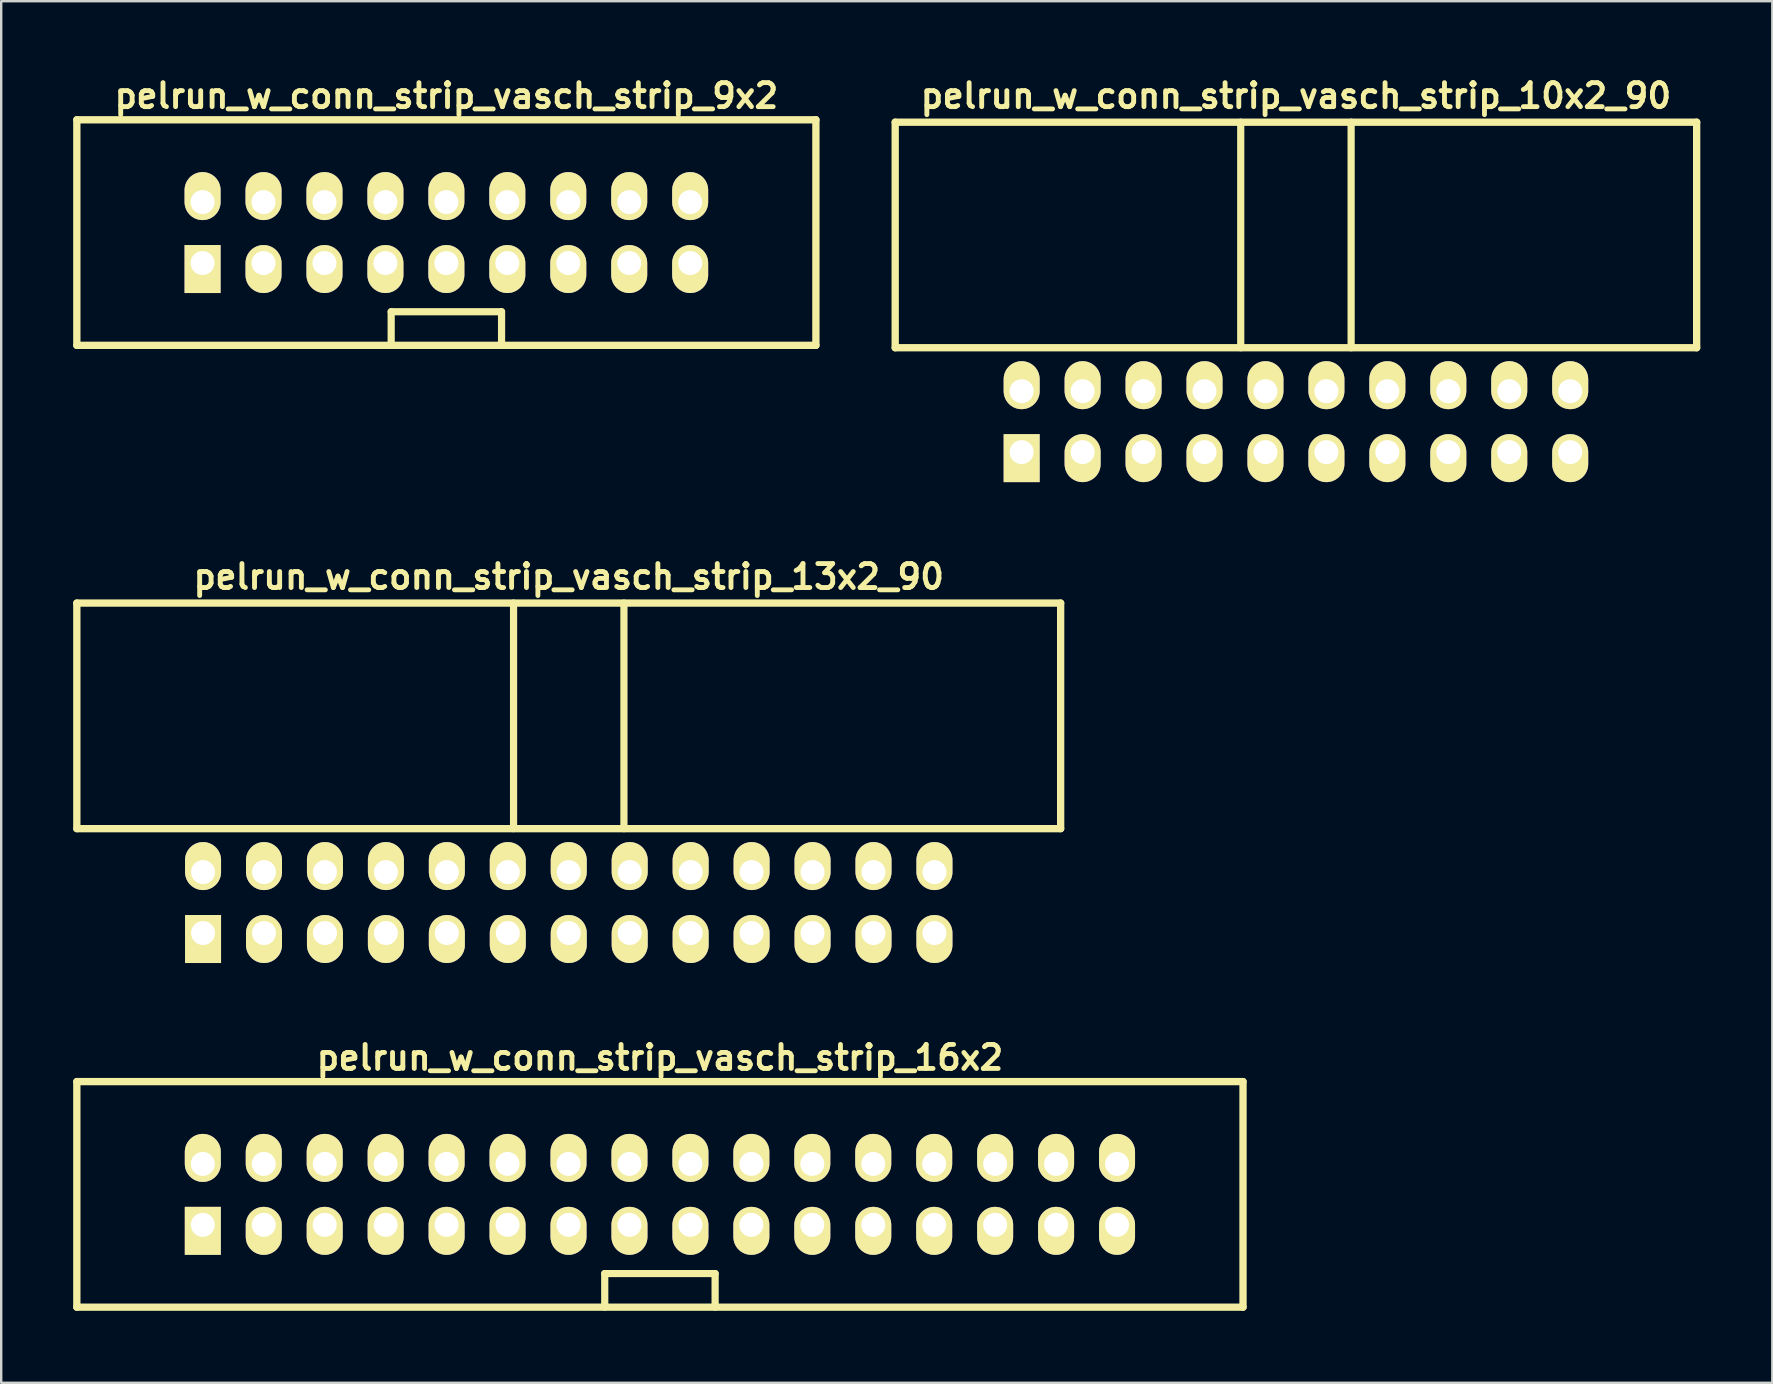
<source format=kicad_pcb>
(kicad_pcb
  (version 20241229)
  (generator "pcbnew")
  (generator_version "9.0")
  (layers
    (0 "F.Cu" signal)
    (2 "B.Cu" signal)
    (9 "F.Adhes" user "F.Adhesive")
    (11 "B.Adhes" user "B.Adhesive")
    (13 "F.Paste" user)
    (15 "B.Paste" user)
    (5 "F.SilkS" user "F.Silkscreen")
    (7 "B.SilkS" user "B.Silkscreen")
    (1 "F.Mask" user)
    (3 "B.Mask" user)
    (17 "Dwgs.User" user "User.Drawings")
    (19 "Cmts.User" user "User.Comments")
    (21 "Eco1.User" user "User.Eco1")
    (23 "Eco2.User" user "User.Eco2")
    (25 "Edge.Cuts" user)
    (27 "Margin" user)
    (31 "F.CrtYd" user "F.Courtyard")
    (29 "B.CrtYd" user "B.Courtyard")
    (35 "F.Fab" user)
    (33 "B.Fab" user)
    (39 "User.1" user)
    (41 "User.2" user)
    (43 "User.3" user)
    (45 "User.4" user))
  (footprint "pelrun_w_conn_strip_vasch_strip_16x2"
    (layer "F.Cu")
    (at 24.452 46.725)
    (property "Reference" "pelrun_w_conn_strip_vasch_strip_16x2" (at 0 -5.7 0) (layer "F.SilkS") (effects (font (size 1 1) (thickness 0.203))))
    (attr through_hole)
    (fp_line (start -24.3 -4.7) (end -24.3 4.7) (stroke (width 0.305) (type solid)) (layer "F.SilkS"))
    (fp_line (start -24.3 4.7) (end 24.3 4.7) (stroke (width 0.305) (type solid)) (layer "F.SilkS"))
    (fp_line (start -2.3 3.3) (end -2.3 4.7) (stroke (width 0.3) (type solid)) (layer "F.SilkS"))
    (fp_line (start 2.3 3.3) (end -2.3 3.3) (stroke (width 0.3) (type solid)) (layer "F.SilkS"))
    (fp_line (start 2.3 4.7) (end 2.3 3.3) (stroke (width 0.3) (type solid)) (layer "F.SilkS"))
    (fp_line (start 24.3 -4.7) (end -24.3 -4.7) (stroke (width 0.305) (type solid)) (layer "F.SilkS"))
    (fp_line (start 24.3 -4.7) (end 24.3 4.7) (stroke (width 0.305) (type solid)) (layer "F.SilkS"))
    (pad "1" thru_hole rect (at -19.05 1.27) (size 1.5 2) (drill 1 (offset 0 0.25)) (layers "*.Cu" "*.Mask" "F.SilkS"))
    (pad "2" thru_hole oval (at -19.05 -1.27) (size 1.5 2) (drill 1 (offset 0 -0.25)) (layers "*.Cu" "*.Mask" "F.SilkS"))
    (pad "3" thru_hole oval (at -16.51 1.27) (size 1.5 2) (drill 1 (offset 0 0.25)) (layers "*.Cu" "*.Mask" "F.SilkS"))
    (pad "4" thru_hole oval (at -16.51 -1.27) (size 1.5 2) (drill 1 (offset 0 -0.25)) (layers "*.Cu" "*.Mask" "F.SilkS"))
    (pad "5" thru_hole oval (at -13.97 1.27) (size 1.5 2) (drill 1 (offset 0 0.25)) (layers "*.Cu" "*.Mask" "F.SilkS"))
    (pad "6" thru_hole oval (at -13.97 -1.27) (size 1.5 2) (drill 1 (offset 0 -0.25)) (layers "*.Cu" "*.Mask" "F.SilkS"))
    (pad "7" thru_hole oval (at -11.43 1.27) (size 1.5 2) (drill 1 (offset 0 0.25)) (layers "*.Cu" "*.Mask" "F.SilkS"))
    (pad "8" thru_hole oval (at -11.43 -1.27) (size 1.5 2) (drill 1 (offset 0 -0.25)) (layers "*.Cu" "*.Mask" "F.SilkS"))
    (pad "9" thru_hole oval (at -8.89 1.27) (size 1.5 2) (drill 1 (offset 0 0.25)) (layers "*.Cu" "*.Mask" "F.SilkS"))
    (pad "10" thru_hole oval (at -8.89 -1.27) (size 1.5 2) (drill 1 (offset 0 -0.25)) (layers "*.Cu" "*.Mask" "F.SilkS"))
    (pad "11" thru_hole oval (at -6.35 1.27) (size 1.5 2) (drill 1 (offset 0 0.25)) (layers "*.Cu" "*.Mask" "F.SilkS"))
    (pad "12" thru_hole oval (at -6.35 -1.27) (size 1.5 2) (drill 1 (offset 0 -0.25)) (layers "*.Cu" "*.Mask" "F.SilkS"))
    (pad "13" thru_hole oval (at -3.81 1.27) (size 1.5 2) (drill 1 (offset 0 0.25)) (layers "*.Cu" "*.Mask" "F.SilkS"))
    (pad "14" thru_hole oval (at -3.81 -1.27) (size 1.5 2) (drill 1 (offset 0 -0.25)) (layers "*.Cu" "*.Mask" "F.SilkS"))
    (pad "15" thru_hole oval (at -1.27 1.27) (size 1.5 2) (drill 1 (offset 0 0.25)) (layers "*.Cu" "*.Mask" "F.SilkS"))
    (pad "16" thru_hole oval (at -1.27 -1.27) (size 1.5 2) (drill 1 (offset 0 -0.25)) (layers "*.Cu" "*.Mask" "F.SilkS"))
    (pad "17" thru_hole oval (at 1.27 1.27) (size 1.5 2) (drill 1 (offset 0 0.25)) (layers "*.Cu" "*.Mask" "F.SilkS"))
    (pad "18" thru_hole oval (at 1.27 -1.27) (size 1.5 2) (drill 1 (offset 0 -0.25)) (layers "*.Cu" "*.Mask" "F.SilkS"))
    (pad "19" thru_hole oval (at 3.81 1.27) (size 1.5 2) (drill 1 (offset 0 0.25)) (layers "*.Cu" "*.Mask" "F.SilkS"))
    (pad "20" thru_hole oval (at 3.81 -1.27) (size 1.5 2) (drill 1 (offset 0 -0.25)) (layers "*.Cu" "*.Mask" "F.SilkS"))
    (pad "21" thru_hole oval (at 6.35 1.27) (size 1.5 2) (drill 1 (offset 0 0.25)) (layers "*.Cu" "*.Mask" "F.SilkS"))
    (pad "22" thru_hole oval (at 6.35 -1.27) (size 1.5 2) (drill 1 (offset 0 -0.25)) (layers "*.Cu" "*.Mask" "F.SilkS"))
    (pad "23" thru_hole oval (at 8.89 1.27) (size 1.5 2) (drill 1 (offset 0 0.25)) (layers "*.Cu" "*.Mask" "F.SilkS"))
    (pad "24" thru_hole oval (at 8.89 -1.27) (size 1.5 2) (drill 1 (offset 0 -0.25)) (layers "*.Cu" "*.Mask" "F.SilkS"))
    (pad "25" thru_hole oval (at 11.43 1.27) (size 1.5 2) (drill 1 (offset 0 0.25)) (layers "*.Cu" "*.Mask" "F.SilkS"))
    (pad "26" thru_hole oval (at 11.43 -1.27) (size 1.5 2) (drill 1 (offset 0 -0.25)) (layers "*.Cu" "*.Mask" "F.SilkS"))
    (pad "27" thru_hole oval (at 13.97 1.27) (size 1.5 2) (drill 1 (offset 0 0.25)) (layers "*.Cu" "*.Mask" "F.SilkS"))
    (pad "28" thru_hole oval (at 13.97 -1.27) (size 1.5 2) (drill 1 (offset 0 -0.25)) (layers "*.Cu" "*.Mask" "F.SilkS"))
    (pad "29" thru_hole oval (at 16.51 1.27) (size 1.5 2) (drill 1 (offset 0 0.25)) (layers "*.Cu" "*.Mask" "F.SilkS"))
    (pad "30" thru_hole oval (at 16.51 -1.27) (size 1.5 2) (drill 1 (offset 0 -0.25)) (layers "*.Cu" "*.Mask" "F.SilkS"))
    (pad "31" thru_hole oval (at 19.05 1.27) (size 1.5 2) (drill 1 (offset 0 0.25)) (layers "*.Cu" "*.Mask" "F.SilkS"))
    (pad "32" thru_hole oval (at 19.05 -1.27) (size 1.5 2) (drill 1 (offset 0 -0.25)) (layers "*.Cu" "*.Mask" "F.SilkS")))
  (footprint "pelrun_w_conn_strip_vasch_strip_13x2_90"
    (layer "F.Cu")
    (at 20.652 29.483)
    (property "Reference" "pelrun_w_conn_strip_vasch_strip_13x2_90" (at 0 -8.5 0) (layer "F.SilkS") (effects (font (size 1 1) (thickness 0.203))))
    (attr through_hole)
    (fp_line (start -20.5 -7.4) (end -20.5 2) (stroke (width 0.305) (type solid)) (layer "F.SilkS"))
    (fp_line (start -20.5 2) (end 20.5 2) (stroke (width 0.305) (type solid)) (layer "F.SilkS"))
    (fp_line (start -2.3 -7.4) (end -2.3 2) (stroke (width 0.3) (type solid)) (layer "F.SilkS"))
    (fp_line (start 2.3 -7.4) (end 2.3 2) (stroke (width 0.3) (type solid)) (layer "F.SilkS"))
    (fp_line (start 20.5 -7.4) (end -20.5 -7.4) (stroke (width 0.305) (type solid)) (layer "F.SilkS"))
    (fp_line (start 20.5 -7.4) (end 20.5 2) (stroke (width 0.305) (type solid)) (layer "F.SilkS"))
    (pad "1" thru_hole rect (at -15.24 6.35) (size 1.5 2) (drill 1 (offset 0 0.25)) (layers "*.Cu" "*.Mask" "F.SilkS"))
    (pad "2" thru_hole oval (at -15.24 3.81) (size 1.5 2) (drill 1 (offset 0 -0.25)) (layers "*.Cu" "*.Mask" "F.SilkS"))
    (pad "3" thru_hole oval (at -12.7 6.35) (size 1.5 2) (drill 1 (offset 0 0.25)) (layers "*.Cu" "*.Mask" "F.SilkS"))
    (pad "4" thru_hole oval (at -12.7 3.81) (size 1.5 2) (drill 1 (offset 0 -0.25)) (layers "*.Cu" "*.Mask" "F.SilkS"))
    (pad "5" thru_hole oval (at -10.16 6.35) (size 1.5 2) (drill 1 (offset 0 0.25)) (layers "*.Cu" "*.Mask" "F.SilkS"))
    (pad "6" thru_hole oval (at -10.16 3.81) (size 1.5 2) (drill 1 (offset 0 -0.25)) (layers "*.Cu" "*.Mask" "F.SilkS"))
    (pad "7" thru_hole oval (at -7.62 6.35) (size 1.5 2) (drill 1 (offset 0 0.25)) (layers "*.Cu" "*.Mask" "F.SilkS"))
    (pad "8" thru_hole oval (at -7.62 3.81) (size 1.5 2) (drill 1 (offset 0 -0.25)) (layers "*.Cu" "*.Mask" "F.SilkS"))
    (pad "9" thru_hole oval (at -5.08 6.35) (size 1.5 2) (drill 1 (offset 0 0.25)) (layers "*.Cu" "*.Mask" "F.SilkS"))
    (pad "10" thru_hole oval (at -5.08 3.81) (size 1.5 2) (drill 1 (offset 0 -0.25)) (layers "*.Cu" "*.Mask" "F.SilkS"))
    (pad "11" thru_hole oval (at -2.54 6.35) (size 1.5 2) (drill 1 (offset 0 0.25)) (layers "*.Cu" "*.Mask" "F.SilkS"))
    (pad "12" thru_hole oval (at -2.54 3.81) (size 1.5 2) (drill 1 (offset 0 -0.25)) (layers "*.Cu" "*.Mask" "F.SilkS"))
    (pad "13" thru_hole oval (at 0 6.35) (size 1.5 2) (drill 1 (offset 0 0.25)) (layers "*.Cu" "*.Mask" "F.SilkS"))
    (pad "14" thru_hole oval (at 0 3.81) (size 1.5 2) (drill 1 (offset 0 -0.25)) (layers "*.Cu" "*.Mask" "F.SilkS"))
    (pad "15" thru_hole oval (at 2.54 6.35) (size 1.5 2) (drill 1 (offset 0 0.25)) (layers "*.Cu" "*.Mask" "F.SilkS"))
    (pad "16" thru_hole oval (at 2.54 3.81) (size 1.5 2) (drill 1 (offset 0 -0.25)) (layers "*.Cu" "*.Mask" "F.SilkS"))
    (pad "17" thru_hole oval (at 5.08 6.35) (size 1.5 2) (drill 1 (offset 0 0.25)) (layers "*.Cu" "*.Mask" "F.SilkS"))
    (pad "18" thru_hole oval (at 5.08 3.81) (size 1.5 2) (drill 1 (offset 0 -0.25)) (layers "*.Cu" "*.Mask" "F.SilkS"))
    (pad "19" thru_hole oval (at 7.62 6.35) (size 1.5 2) (drill 1 (offset 0 0.25)) (layers "*.Cu" "*.Mask" "F.SilkS"))
    (pad "20" thru_hole oval (at 7.62 3.81) (size 1.5 2) (drill 1 (offset 0 -0.25)) (layers "*.Cu" "*.Mask" "F.SilkS"))
    (pad "21" thru_hole oval (at 10.16 6.35) (size 1.5 2) (drill 1 (offset 0 0.25)) (layers "*.Cu" "*.Mask" "F.SilkS"))
    (pad "22" thru_hole oval (at 10.16 3.81) (size 1.5 2) (drill 1 (offset 0 -0.25)) (layers "*.Cu" "*.Mask" "F.SilkS"))
    (pad "23" thru_hole oval (at 12.7 6.35) (size 1.5 2) (drill 1 (offset 0 0.25)) (layers "*.Cu" "*.Mask" "F.SilkS"))
    (pad "24" thru_hole oval (at 12.7 3.81) (size 1.5 2) (drill 1 (offset 0 -0.25)) (layers "*.Cu" "*.Mask" "F.SilkS"))
    (pad "25" thru_hole oval (at 15.24 6.35) (size 1.5 2) (drill 1 (offset 0 0.25)) (layers "*.Cu" "*.Mask" "F.SilkS"))
    (pad "26" thru_hole oval (at 15.24 3.81) (size 1.5 2) (drill 1 (offset 0 -0.25)) (layers "*.Cu" "*.Mask" "F.SilkS")))
  (footprint "pelrun_w_conn_strip_vasch_strip_10x2_90"
    (layer "F.Cu")
    (at 50.957 9.442)
    (property "Reference" "pelrun_w_conn_strip_vasch_strip_10x2_90" (at 0 -8.5 0) (layer "F.SilkS") (effects (font (size 1 1) (thickness 0.203))))
    (attr through_hole)
    (fp_line (start -16.7 -7.4) (end -16.7 2) (stroke (width 0.305) (type solid)) (layer "F.SilkS"))
    (fp_line (start -16.7 2) (end 16.7 2) (stroke (width 0.305) (type solid)) (layer "F.SilkS"))
    (fp_line (start -2.3 -7.4) (end -2.3 2) (stroke (width 0.3) (type solid)) (layer "F.SilkS"))
    (fp_line (start 2.3 -7.4) (end 2.3 2) (stroke (width 0.3) (type solid)) (layer "F.SilkS"))
    (fp_line (start 16.7 -7.4) (end -16.7 -7.4) (stroke (width 0.305) (type solid)) (layer "F.SilkS"))
    (fp_line (start 16.7 -7.4) (end 16.7 2) (stroke (width 0.305) (type solid)) (layer "F.SilkS"))
    (pad "1" thru_hole rect (at -11.43 6.35) (size 1.5 2) (drill 1 (offset 0 0.25)) (layers "*.Cu" "*.Mask" "F.SilkS"))
    (pad "2" thru_hole oval (at -11.43 3.81) (size 1.5 2) (drill 1 (offset 0 -0.25)) (layers "*.Cu" "*.Mask" "F.SilkS"))
    (pad "3" thru_hole oval (at -8.89 6.35) (size 1.5 2) (drill 1 (offset 0 0.25)) (layers "*.Cu" "*.Mask" "F.SilkS"))
    (pad "4" thru_hole oval (at -8.89 3.81) (size 1.5 2) (drill 1 (offset 0 -0.25)) (layers "*.Cu" "*.Mask" "F.SilkS"))
    (pad "5" thru_hole oval (at -6.35 6.35) (size 1.5 2) (drill 1 (offset 0 0.25)) (layers "*.Cu" "*.Mask" "F.SilkS"))
    (pad "6" thru_hole oval (at -6.35 3.81) (size 1.5 2) (drill 1 (offset 0 -0.25)) (layers "*.Cu" "*.Mask" "F.SilkS"))
    (pad "7" thru_hole oval (at -3.81 6.35) (size 1.5 2) (drill 1 (offset 0 0.25)) (layers "*.Cu" "*.Mask" "F.SilkS"))
    (pad "8" thru_hole oval (at -3.81 3.81) (size 1.5 2) (drill 1 (offset 0 -0.25)) (layers "*.Cu" "*.Mask" "F.SilkS"))
    (pad "9" thru_hole oval (at -1.27 6.35) (size 1.5 2) (drill 1 (offset 0 0.25)) (layers "*.Cu" "*.Mask" "F.SilkS"))
    (pad "10" thru_hole oval (at -1.27 3.81) (size 1.5 2) (drill 1 (offset 0 -0.25)) (layers "*.Cu" "*.Mask" "F.SilkS"))
    (pad "11" thru_hole oval (at 1.27 6.35) (size 1.5 2) (drill 1 (offset 0 0.25)) (layers "*.Cu" "*.Mask" "F.SilkS"))
    (pad "12" thru_hole oval (at 1.27 3.81) (size 1.5 2) (drill 1 (offset 0 -0.25)) (layers "*.Cu" "*.Mask" "F.SilkS"))
    (pad "13" thru_hole oval (at 3.81 6.35) (size 1.5 2) (drill 1 (offset 0 0.25)) (layers "*.Cu" "*.Mask" "F.SilkS"))
    (pad "14" thru_hole oval (at 3.81 3.81) (size 1.5 2) (drill 1 (offset 0 -0.25)) (layers "*.Cu" "*.Mask" "F.SilkS"))
    (pad "15" thru_hole oval (at 6.35 6.35) (size 1.5 2) (drill 1 (offset 0 0.25)) (layers "*.Cu" "*.Mask" "F.SilkS"))
    (pad "16" thru_hole oval (at 6.35 3.81) (size 1.5 2) (drill 1 (offset 0 -0.25)) (layers "*.Cu" "*.Mask" "F.SilkS"))
    (pad "17" thru_hole oval (at 8.89 6.35) (size 1.5 2) (drill 1 (offset 0 0.25)) (layers "*.Cu" "*.Mask" "F.SilkS"))
    (pad "18" thru_hole oval (at 8.89 3.81) (size 1.5 2) (drill 1 (offset 0 -0.25)) (layers "*.Cu" "*.Mask" "F.SilkS"))
    (pad "19" thru_hole oval (at 11.43 6.35) (size 1.5 2) (drill 1 (offset 0 0.25)) (layers "*.Cu" "*.Mask" "F.SilkS"))
    (pad "20" thru_hole oval (at 11.43 3.81) (size 1.5 2) (drill 1 (offset 0 -0.25)) (layers "*.Cu" "*.Mask" "F.SilkS")))
  (footprint "pelrun_w_conn_strip_vasch_strip_9x2"
    (layer "F.Cu")
    (at 15.552 6.642)
    (property "Reference" "pelrun_w_conn_strip_vasch_strip_9x2" (at 0 -5.7 0) (layer "F.SilkS") (effects (font (size 1 1) (thickness 0.203))))
    (attr through_hole)
    (fp_line (start -15.4 -4.7) (end -15.4 4.7) (stroke (width 0.305) (type solid)) (layer "F.SilkS"))
    (fp_line (start -15.4 4.7) (end 15.4 4.7) (stroke (width 0.305) (type solid)) (layer "F.SilkS"))
    (fp_line (start -2.3 3.3) (end -2.3 4.7) (stroke (width 0.3) (type solid)) (layer "F.SilkS"))
    (fp_line (start 2.3 3.3) (end -2.3 3.3) (stroke (width 0.3) (type solid)) (layer "F.SilkS"))
    (fp_line (start 2.3 4.7) (end 2.3 3.3) (stroke (width 0.3) (type solid)) (layer "F.SilkS"))
    (fp_line (start 15.4 -4.7) (end -15.4 -4.7) (stroke (width 0.305) (type solid)) (layer "F.SilkS"))
    (fp_line (start 15.4 -4.7) (end 15.4 4.7) (stroke (width 0.305) (type solid)) (layer "F.SilkS"))
    (pad "1" thru_hole rect (at -10.16 1.27) (size 1.5 2) (drill 1 (offset 0 0.25)) (layers "*.Cu" "*.Mask" "F.SilkS"))
    (pad "2" thru_hole oval (at -10.16 -1.27) (size 1.5 2) (drill 1 (offset 0 -0.25)) (layers "*.Cu" "*.Mask" "F.SilkS"))
    (pad "3" thru_hole oval (at -7.62 1.27) (size 1.5 2) (drill 1 (offset 0 0.25)) (layers "*.Cu" "*.Mask" "F.SilkS"))
    (pad "4" thru_hole oval (at -7.62 -1.27) (size 1.5 2) (drill 1 (offset 0 -0.25)) (layers "*.Cu" "*.Mask" "F.SilkS"))
    (pad "5" thru_hole oval (at -5.08 1.27) (size 1.5 2) (drill 1 (offset 0 0.25)) (layers "*.Cu" "*.Mask" "F.SilkS"))
    (pad "6" thru_hole oval (at -5.08 -1.27) (size 1.5 2) (drill 1 (offset 0 -0.25)) (layers "*.Cu" "*.Mask" "F.SilkS"))
    (pad "7" thru_hole oval (at -2.54 1.27) (size 1.5 2) (drill 1 (offset 0 0.25)) (layers "*.Cu" "*.Mask" "F.SilkS"))
    (pad "8" thru_hole oval (at -2.54 -1.27) (size 1.5 2) (drill 1 (offset 0 -0.25)) (layers "*.Cu" "*.Mask" "F.SilkS"))
    (pad "9" thru_hole oval (at 0 1.27) (size 1.5 2) (drill 1 (offset 0 0.25)) (layers "*.Cu" "*.Mask" "F.SilkS"))
    (pad "10" thru_hole oval (at 0 -1.27) (size 1.5 2) (drill 1 (offset 0 -0.25)) (layers "*.Cu" "*.Mask" "F.SilkS"))
    (pad "11" thru_hole oval (at 2.54 1.27) (size 1.5 2) (drill 1 (offset 0 0.25)) (layers "*.Cu" "*.Mask" "F.SilkS"))
    (pad "12" thru_hole oval (at 2.54 -1.27) (size 1.5 2) (drill 1 (offset 0 -0.25)) (layers "*.Cu" "*.Mask" "F.SilkS"))
    (pad "13" thru_hole oval (at 5.08 1.27) (size 1.5 2) (drill 1 (offset 0 0.25)) (layers "*.Cu" "*.Mask" "F.SilkS"))
    (pad "14" thru_hole oval (at 5.08 -1.27) (size 1.5 2) (drill 1 (offset 0 -0.25)) (layers "*.Cu" "*.Mask" "F.SilkS"))
    (pad "15" thru_hole oval (at 7.62 1.27) (size 1.5 2) (drill 1 (offset 0 0.25)) (layers "*.Cu" "*.Mask" "F.SilkS"))
    (pad "16" thru_hole oval (at 7.62 -1.27) (size 1.5 2) (drill 1 (offset 0 -0.25)) (layers "*.Cu" "*.Mask" "F.SilkS"))
    (pad "17" thru_hole oval (at 10.16 1.27) (size 1.5 2) (drill 1 (offset 0 0.25)) (layers "*.Cu" "*.Mask" "F.SilkS"))
    (pad "18" thru_hole oval (at 10.16 -1.27) (size 1.5 2) (drill 1 (offset 0 -0.25)) (layers "*.Cu" "*.Mask" "F.SilkS")))
  (gr_rect
    (start -3 -3)
    (end 70.81 54.577)
    (stroke (width 0.1) (type default))
    (fill no)
    (layer "Edge.Cuts")))
</source>
